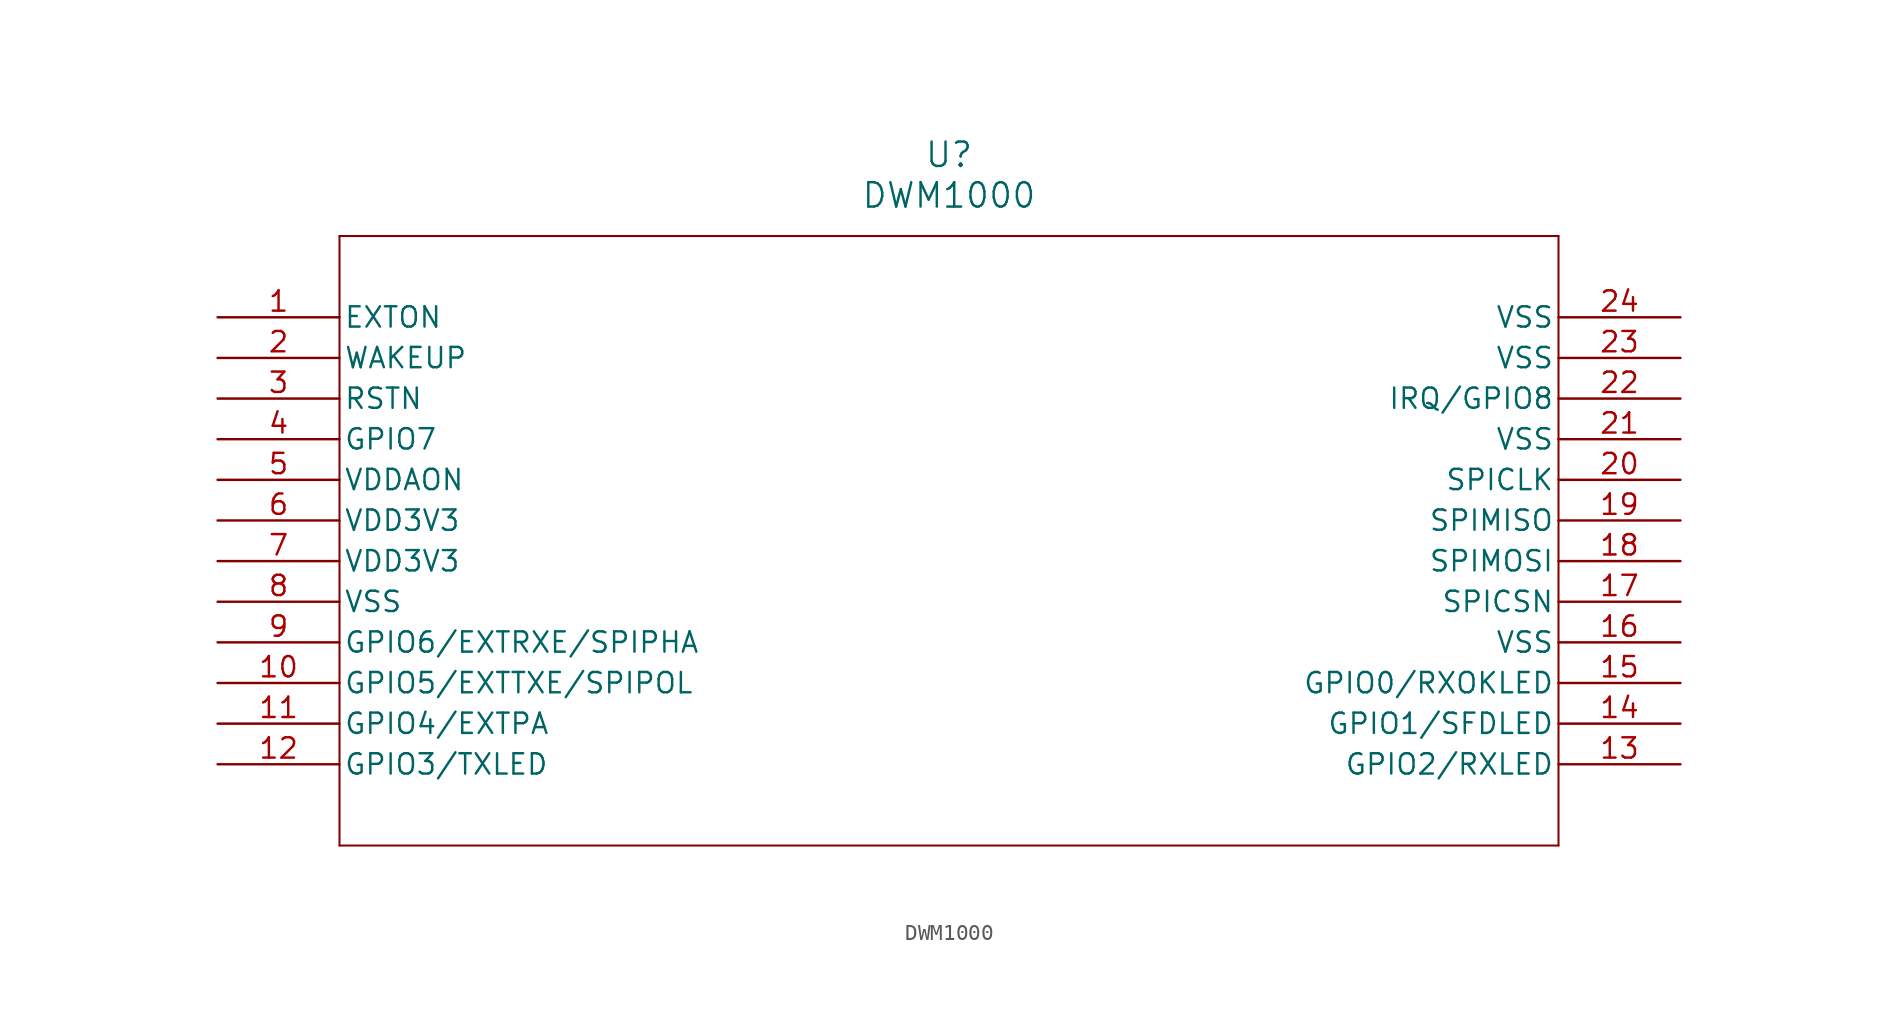
<source format=kicad_sym>
(kicad_symbol_lib
  (version 20211014)
  (generator kicad_symbol_editor)
  (symbol "DWM1000"
    (pin_names
      (offset 0.254))
    (property "Reference" "U"
      (at 45.72 10.16 0)
      (effects (font (size 1.524 1.524))))
    (property "Value" "DWM1000"
      (at 45.72 7.62 0)
      (effects (font (size 1.524 1.524))))
    (symbol "DWM1000_0_1"
      (polyline (pts (xy 7.62 5.08) (xy 7.62 -33.02)) (stroke (width 0.127) (type default) (color 0 0 0 0)) (fill (type none)))
      (polyline (pts (xy 7.62 -33.02) (xy 83.82 -33.02)) (stroke (width 0.127) (type default) (color 0 0 0 0)) (fill (type none)))
      (polyline (pts (xy 83.82 -33.02) (xy 83.82 5.08)) (stroke (width 0.127) (type default) (color 0 0 0 0)) (fill (type none)))
      (polyline (pts (xy 83.82 5.08) (xy 7.62 5.08)) (stroke (width 0.127) (type default) (color 0 0 0 0)) (fill (type none)))
      (pin unspecified line (at 0 0 0) (length 7.62) (name "EXTON" (effects (font (size 1.27 1.27)))) (number "1" (effects (font (size 1.27 1.27)))))
      (pin unspecified line (at 0 -2.54 0) (length 7.62) (name "WAKEUP" (effects (font (size 1.27 1.27)))) (number "2" (effects (font (size 1.27 1.27)))))
      (pin unspecified line (at 0 -5.08 0) (length 7.62) (name "RSTN" (effects (font (size 1.27 1.27)))) (number "3" (effects (font (size 1.27 1.27)))))
      (pin bidirectional line (at 0 -7.62 0) (length 7.62) (name "GPIO7" (effects (font (size 1.27 1.27)))) (number "4" (effects (font (size 1.27 1.27)))))
      (pin power_in line (at 0 -10.16 0) (length 7.62) (name "VDDAON" (effects (font (size 1.27 1.27)))) (number "5" (effects (font (size 1.27 1.27)))))
      (pin power_in line (at 0 -12.7 0) (length 7.62) (name "VDD3V3" (effects (font (size 1.27 1.27)))) (number "6" (effects (font (size 1.27 1.27)))))
      (pin power_in line (at 0 -15.24 0) (length 7.62) (name "VDD3V3" (effects (font (size 1.27 1.27)))) (number "7" (effects (font (size 1.27 1.27)))))
      (pin power_out line (at 0 -17.78 0) (length 7.62) (name "VSS" (effects (font (size 1.27 1.27)))) (number "8" (effects (font (size 1.27 1.27)))))
      (pin bidirectional line (at 0 -20.32 0) (length 7.62) (name "GPIO6/EXTRXE/SPIPHA" (effects (font (size 1.27 1.27)))) (number "9" (effects (font (size 1.27 1.27)))))
      (pin bidirectional line (at 0 -22.86 0) (length 7.62) (name "GPIO5/EXTTXE/SPIPOL" (effects (font (size 1.27 1.27)))) (number "10" (effects (font (size 1.27 1.27)))))
      (pin bidirectional line (at 0 -25.4 0) (length 7.62) (name "GPIO4/EXTPA" (effects (font (size 1.27 1.27)))) (number "11" (effects (font (size 1.27 1.27)))))
      (pin bidirectional line (at 0 -27.94 0) (length 7.62) (name "GPIO3/TXLED" (effects (font (size 1.27 1.27)))) (number "12" (effects (font (size 1.27 1.27)))))
      (pin bidirectional line (at 91.44 -27.94 180) (length 7.62) (name "GPIO2/RXLED" (effects (font (size 1.27 1.27)))) (number "13" (effects (font (size 1.27 1.27)))))
      (pin bidirectional line (at 91.44 -25.4 180) (length 7.62) (name "GPIO1/SFDLED" (effects (font (size 1.27 1.27)))) (number "14" (effects (font (size 1.27 1.27)))))
      (pin bidirectional line (at 91.44 -22.86 180) (length 7.62) (name "GPIO0/RXOKLED" (effects (font (size 1.27 1.27)))) (number "15" (effects (font (size 1.27 1.27)))))
      (pin power_out line (at 91.44 -20.32 180) (length 7.62) (name "VSS" (effects (font (size 1.27 1.27)))) (number "16" (effects (font (size 1.27 1.27)))))
      (pin unspecified line (at 91.44 -17.78 180) (length 7.62) (name "SPICSN" (effects (font (size 1.27 1.27)))) (number "17" (effects (font (size 1.27 1.27)))))
      (pin unspecified line (at 91.44 -15.24 180) (length 7.62) (name "SPIMOSI" (effects (font (size 1.27 1.27)))) (number "18" (effects (font (size 1.27 1.27)))))
      (pin unspecified line (at 91.44 -12.7 180) (length 7.62) (name "SPIMISO" (effects (font (size 1.27 1.27)))) (number "19" (effects (font (size 1.27 1.27)))))
      (pin unspecified line (at 91.44 -10.16 180) (length 7.62) (name "SPICLK" (effects (font (size 1.27 1.27)))) (number "20" (effects (font (size 1.27 1.27)))))
      (pin power_out line (at 91.44 -7.62 180) (length 7.62) (name "VSS" (effects (font (size 1.27 1.27)))) (number "21" (effects (font (size 1.27 1.27)))))
      (pin bidirectional line (at 91.44 -5.08 180) (length 7.62) (name "IRQ/GPIO8" (effects (font (size 1.27 1.27)))) (number "22" (effects (font (size 1.27 1.27)))))
      (pin power_out line (at 91.44 -2.54 180) (length 7.62) (name "VSS" (effects (font (size 1.27 1.27)))) (number "23" (effects (font (size 1.27 1.27)))))
      (pin power_out line (at 91.44 0 180) (length 7.62) (name "VSS" (effects (font (size 1.27 1.27)))) (number "24" (effects (font (size 1.27 1.27))))))))
</source>
